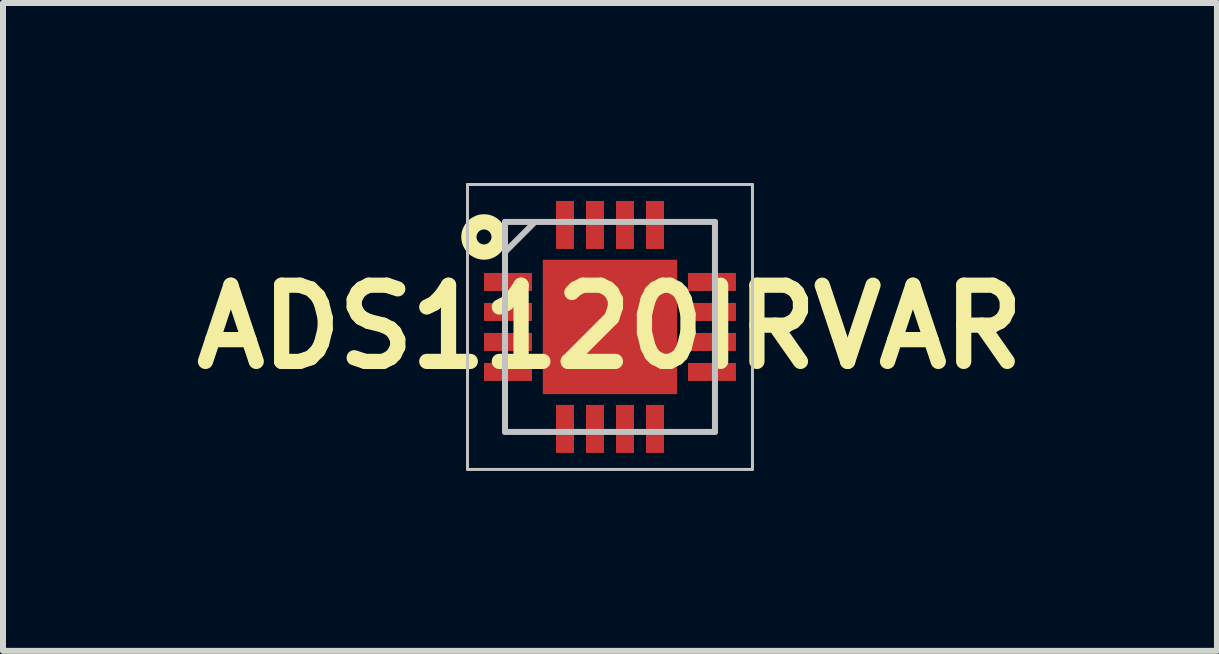
<source format=kicad_pcb>
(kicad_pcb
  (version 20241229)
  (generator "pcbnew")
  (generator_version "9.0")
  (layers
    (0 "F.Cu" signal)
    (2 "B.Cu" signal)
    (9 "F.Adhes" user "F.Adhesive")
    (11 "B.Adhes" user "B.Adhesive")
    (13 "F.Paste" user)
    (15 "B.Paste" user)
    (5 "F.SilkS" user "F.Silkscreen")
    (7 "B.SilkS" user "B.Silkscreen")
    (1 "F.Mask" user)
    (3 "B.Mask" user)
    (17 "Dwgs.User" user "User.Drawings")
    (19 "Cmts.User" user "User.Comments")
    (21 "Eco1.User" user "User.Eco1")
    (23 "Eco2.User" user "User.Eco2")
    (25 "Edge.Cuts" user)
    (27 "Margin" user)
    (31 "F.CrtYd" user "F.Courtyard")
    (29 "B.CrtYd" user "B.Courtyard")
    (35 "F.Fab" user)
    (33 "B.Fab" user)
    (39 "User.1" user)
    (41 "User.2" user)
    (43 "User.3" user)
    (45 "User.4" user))
  (footprint "ADS1120IRVAR"
    (layer "F.Cu")
    (at 7.118 2.4)
    (property "Reference" "ADS1120IRVAR" (at 0 0 0) (layer "F.SilkS") (effects (font (size 1.27 1.27) (thickness 0.254))))
    (attr smd)
    (fp_circle (center -2.1 -1.5) (end -1.975 -1.5) (stroke (width 0.254) (type solid)) (fill no) (layer "F.SilkS"))
    (fp_line (start -2.375 -2.375) (end 2.375 -2.375) (stroke (width 0.05) (type solid)) (layer "Dwgs.User"))
    (fp_line (start -2.375 2.375) (end -2.375 -2.375) (stroke (width 0.05) (type solid)) (layer "Dwgs.User"))
    (fp_line (start -1.75 -1.75) (end 1.75 -1.75) (stroke (width 0.1) (type solid)) (layer "Dwgs.User"))
    (fp_line (start -1.75 -1.25) (end -1.25 -1.75) (stroke (width 0.1) (type solid)) (layer "Dwgs.User"))
    (fp_line (start -1.75 1.75) (end -1.75 -1.75) (stroke (width 0.1) (type solid)) (layer "Dwgs.User"))
    (fp_line (start 1.75 -1.75) (end 1.75 1.75) (stroke (width 0.1) (type solid)) (layer "Dwgs.User"))
    (fp_line (start 1.75 1.75) (end -1.75 1.75) (stroke (width 0.1) (type solid)) (layer "Dwgs.User"))
    (fp_line (start 2.375 -2.375) (end 2.375 2.375) (stroke (width 0.05) (type solid)) (layer "Dwgs.User"))
    (fp_line (start 2.375 2.375) (end -2.375 2.375) (stroke (width 0.05) (type solid)) (layer "Dwgs.User"))
    (pad "1" smd rect (at -1.7 -0.75 90) (size 0.3 0.8) (layers "F.Cu" "F.Mask" "F.Paste"))
    (pad "2" smd rect (at -1.7 -0.25 90) (size 0.3 0.8) (layers "F.Cu" "F.Mask" "F.Paste"))
    (pad "3" smd rect (at -1.7 0.25 90) (size 0.3 0.8) (layers "F.Cu" "F.Mask" "F.Paste"))
    (pad "4" smd rect (at -1.7 0.75 90) (size 0.3 0.8) (layers "F.Cu" "F.Mask" "F.Paste"))
    (pad "5" smd rect (at -0.75 1.7) (size 0.3 0.8) (layers "F.Cu" "F.Mask" "F.Paste"))
    (pad "6" smd rect (at -0.25 1.7) (size 0.3 0.8) (layers "F.Cu" "F.Mask" "F.Paste"))
    (pad "7" smd rect (at 0.25 1.7) (size 0.3 0.8) (layers "F.Cu" "F.Mask" "F.Paste"))
    (pad "8" smd rect (at 0.75 1.7) (size 0.3 0.8) (layers "F.Cu" "F.Mask" "F.Paste"))
    (pad "9" smd rect (at 1.7 0.75 90) (size 0.3 0.8) (layers "F.Cu" "F.Mask" "F.Paste"))
    (pad "10" smd rect (at 1.7 0.25 90) (size 0.3 0.8) (layers "F.Cu" "F.Mask" "F.Paste"))
    (pad "11" smd rect (at 1.7 -0.25 90) (size 0.3 0.8) (layers "F.Cu" "F.Mask" "F.Paste"))
    (pad "12" smd rect (at 1.7 -0.75 90) (size 0.3 0.8) (layers "F.Cu" "F.Mask" "F.Paste"))
    (pad "13" smd rect (at 0.75 -1.7) (size 0.3 0.8) (layers "F.Cu" "F.Mask" "F.Paste"))
    (pad "14" smd rect (at 0.25 -1.7) (size 0.3 0.8) (layers "F.Cu" "F.Mask" "F.Paste"))
    (pad "15" smd rect (at -0.25 -1.7) (size 0.3 0.8) (layers "F.Cu" "F.Mask" "F.Paste"))
    (pad "16" smd rect (at -0.75 -1.7) (size 0.3 0.8) (layers "F.Cu" "F.Mask" "F.Paste"))
    (pad "17" smd rect (at 0 0) (size 2.24 2.24) (layers "F.Cu" "F.Mask" "F.Paste")))
  (gr_rect
    (start -3 -3)
    (end 17.236 7.8)
    (stroke (width 0.1) (type default))
    (fill no)
    (layer "Edge.Cuts")))
</source>
